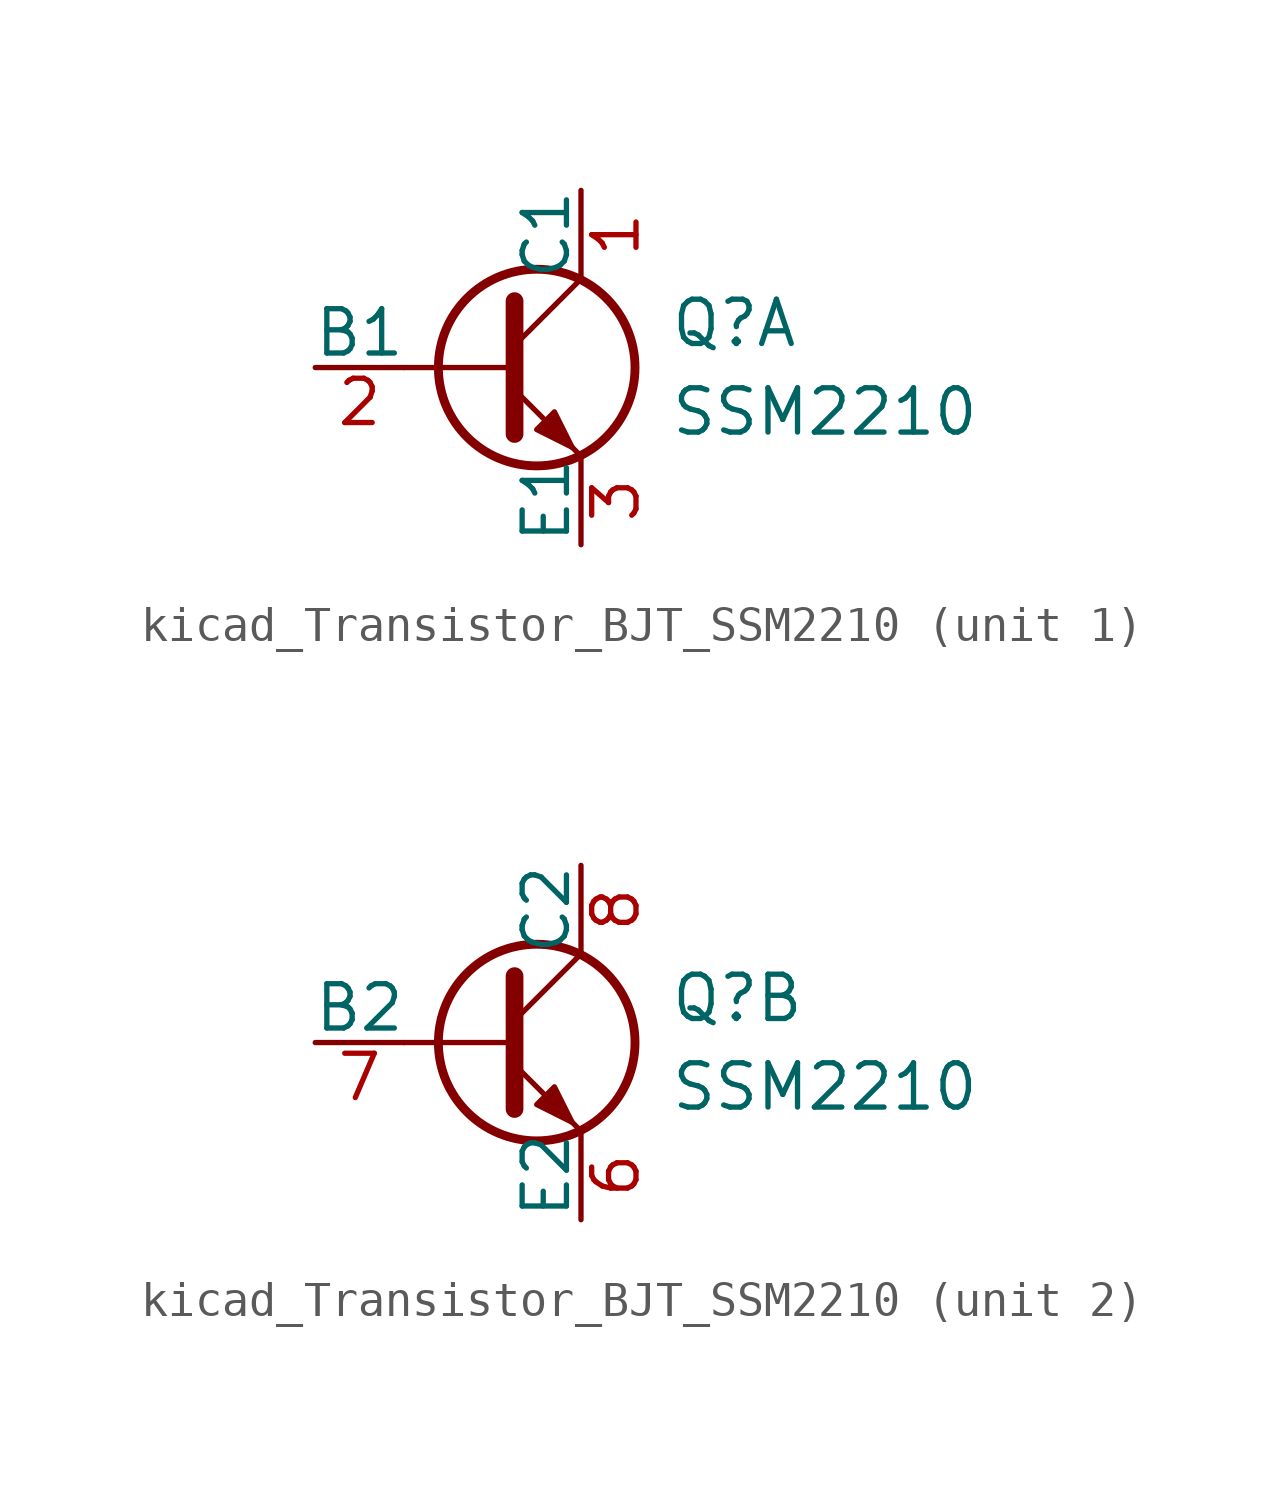
<source format=kicad_sym>
(kicad_symbol_lib
  (version 20220914)
  (generator kicad_symbol_editor)
  (symbol "kicad_Transistor_BJT_SSM2210"
    (pin_names
      (offset 0))
    (property "Reference" "Q"
      (at 5.08 1.27 0)
      (effects (font (size 1.27 1.27)) (justify left)))
    (property "Value" "SSM2210"
      (at 5.08 -1.27 0)
      (effects (font (size 1.27 1.27)) (justify left)))
    (symbol "kicad_Transistor_BJT_SSM2210_0_1"
      (polyline (pts (xy 0.635 0) (xy -2.54 0)) (stroke (width 0) (type default)) (fill (type none)))
      (polyline (pts (xy 0.635 0.635) (xy 2.54 2.54)) (stroke (width 0) (type default)) (fill (type none)))
      (polyline (pts (xy 0.635 -0.635) (xy 2.54 -2.54) (xy 2.54 -2.54)) (stroke (width 0) (type default)) (fill (type none)))
      (polyline (pts (xy 0.635 1.905) (xy 0.635 -1.905) (xy 0.635 -1.905)) (stroke (width 0.508) (type default)) (fill (type none)))
      (polyline (pts (xy 1.27 -1.778) (xy 1.778 -1.27) (xy 2.286 -2.286) (xy 1.27 -1.778) (xy 1.27 -1.778)) (stroke (width 0) (type default)) (fill (type outline)))
      (circle (center 1.27 0) (radius 2.819) (stroke (width 0.254) (type default)) (fill (type none))))
    (symbol "kicad_Transistor_BJT_SSM2210_1_1"
      (pin passive line (at 2.54 5.08 270) (length 2.54) (name "C1" (effects (font (size 1.27 1.27)))) (number "1" (effects (font (size 1.27 1.27)))))
      (pin input line (at -5.08 0 0) (length 2.54) (name "B1" (effects (font (size 1.27 1.27)))) (number "2" (effects (font (size 1.27 1.27)))))
      (pin passive line (at 2.54 -5.08 90) (length 2.54) (name "E1" (effects (font (size 1.27 1.27)))) (number "3" (effects (font (size 1.27 1.27))))))
    (symbol "kicad_Transistor_BJT_SSM2210_2_1"
      (pin passive line (at 2.54 -5.08 90) (length 2.54) (name "E2" (effects (font (size 1.27 1.27)))) (number "6" (effects (font (size 1.27 1.27)))))
      (pin input line (at -5.08 0 0) (length 2.54) (name "B2" (effects (font (size 1.27 1.27)))) (number "7" (effects (font (size 1.27 1.27)))))
      (pin passive line (at 2.54 5.08 270) (length 2.54) (name "C2" (effects (font (size 1.27 1.27)))) (number "8" (effects (font (size 1.27 1.27))))))))
</source>
